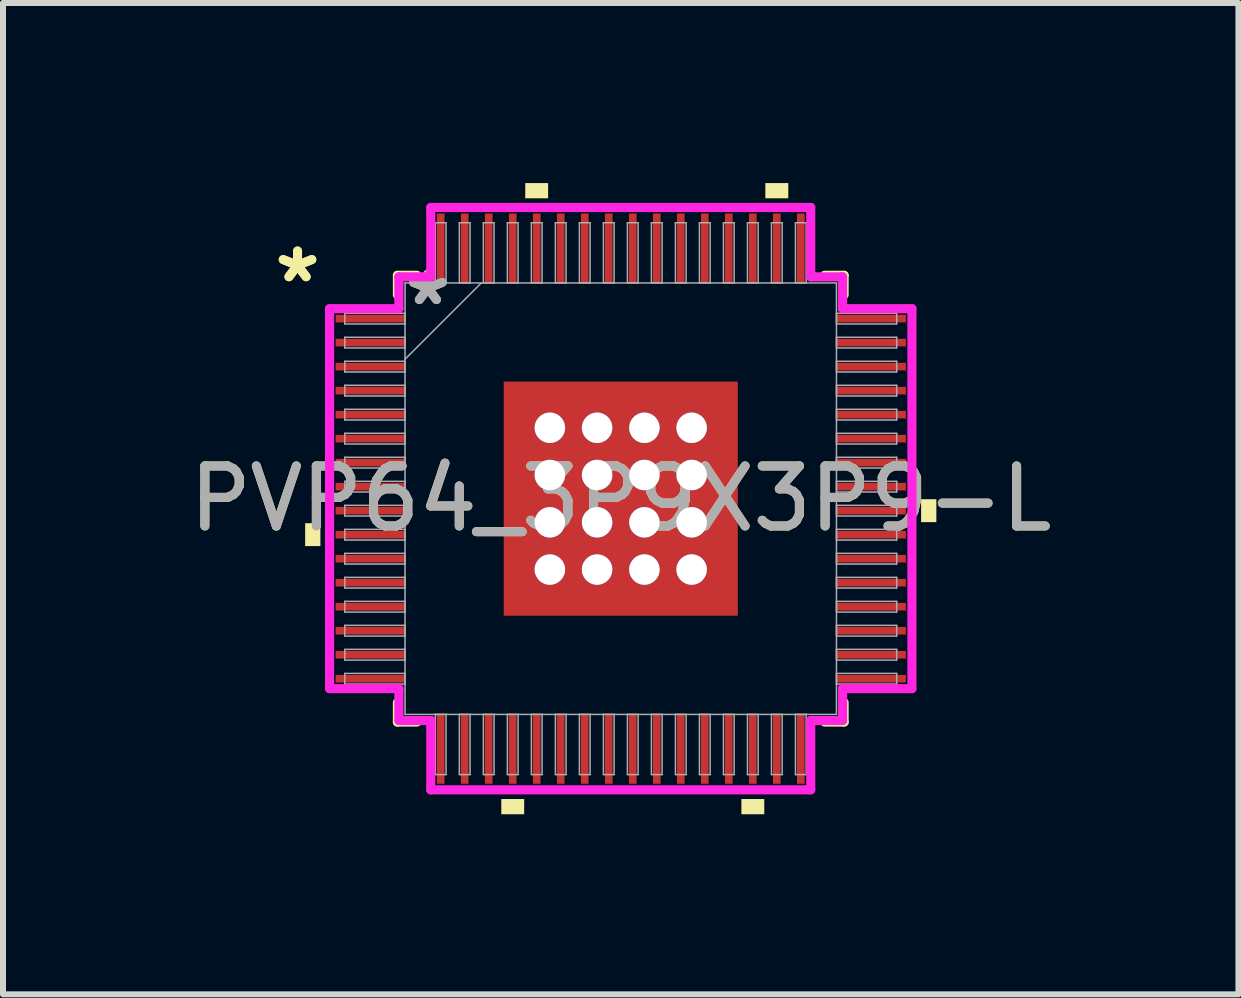
<source format=kicad_pcb>
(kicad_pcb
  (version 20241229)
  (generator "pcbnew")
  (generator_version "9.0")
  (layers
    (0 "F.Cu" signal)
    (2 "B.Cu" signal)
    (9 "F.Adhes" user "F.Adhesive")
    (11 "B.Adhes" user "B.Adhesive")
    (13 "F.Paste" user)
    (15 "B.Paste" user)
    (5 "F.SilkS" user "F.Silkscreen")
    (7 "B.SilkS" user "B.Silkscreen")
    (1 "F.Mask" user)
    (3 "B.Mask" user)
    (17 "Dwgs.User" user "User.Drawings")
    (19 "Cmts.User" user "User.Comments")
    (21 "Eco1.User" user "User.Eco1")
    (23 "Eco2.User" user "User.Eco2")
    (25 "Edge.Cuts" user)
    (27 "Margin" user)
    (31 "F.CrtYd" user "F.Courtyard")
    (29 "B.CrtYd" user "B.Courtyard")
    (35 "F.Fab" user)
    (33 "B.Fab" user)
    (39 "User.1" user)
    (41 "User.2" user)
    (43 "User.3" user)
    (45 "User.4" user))
  (footprint "PVP64_3P9X3P9-L"
    (layer "F.Cu")
    (at 7.292 5.258)
    (property "Reference" "PVP64_3P9X3P9-L" (at 0 0 0) (unlocked yes) (layer "F.SilkS") (effects (font (size 1 1) (thickness 0.15))))
    (attr smd)
    (fp_poly (pts (xy -2.014 -2.014) (xy -1.381 -2.014) (xy -1.381 2.014) (xy -2.014 2.014)) (stroke (width 0) (type solid)) (fill yes) (layer "F.Mask"))
    (fp_poly (pts (xy -2.014 -2.014) (xy 2.014 -2.014) (xy 2.014 -1.381) (xy -2.014 -1.381)) (stroke (width 0) (type solid)) (fill yes) (layer "F.Mask"))
    (fp_poly (pts (xy -2.014 -0.981) (xy 2.014 -0.981) (xy 2.014 -0.594) (xy -2.014 -0.594)) (stroke (width 0) (type solid)) (fill yes) (layer "F.Mask"))
    (fp_poly (pts (xy -2.014 -0.194) (xy 2.014 -0.194) (xy 2.014 0.194) (xy -2.014 0.194)) (stroke (width 0) (type solid)) (fill yes) (layer "F.Mask"))
    (fp_poly (pts (xy -2.014 0.594) (xy 2.014 0.594) (xy 2.014 0.981) (xy -2.014 0.981)) (stroke (width 0) (type solid)) (fill yes) (layer "F.Mask"))
    (fp_poly (pts (xy -2.014 1.381) (xy 2.014 1.381) (xy 2.014 2.014) (xy -2.014 2.014)) (stroke (width 0) (type solid)) (fill yes) (layer "F.Mask"))
    (fp_poly (pts (xy -0.594 -2.014) (xy -0.981 -2.014) (xy -0.981 2.014) (xy -0.594 2.014)) (stroke (width 0) (type solid)) (fill yes) (layer "F.Mask"))
    (fp_poly (pts (xy 0.194 -2.014) (xy -0.194 -2.014) (xy -0.194 2.014) (xy 0.194 2.014)) (stroke (width 0) (type solid)) (fill yes) (layer "F.Mask"))
    (fp_poly (pts (xy 0.981 -2.014) (xy 0.594 -2.014) (xy 0.594 2.014) (xy 0.981 2.014)) (stroke (width 0) (type solid)) (fill yes) (layer "F.Mask"))
    (fp_poly (pts (xy 1.381 -2.014) (xy 2.014 -2.014) (xy 2.014 2.014) (xy 1.381 2.014)) (stroke (width 0) (type solid)) (fill yes) (layer "F.Mask"))
    (fp_line (start -3.721 -3.721) (end -3.721 -3.396) (stroke (width 0.152) (type solid)) (layer "F.SilkS"))
    (fp_line (start -3.721 3.396) (end -3.721 3.721) (stroke (width 0.152) (type solid)) (layer "F.SilkS"))
    (fp_line (start -3.721 3.721) (end -3.396 3.721) (stroke (width 0.152) (type solid)) (layer "F.SilkS"))
    (fp_line (start -3.396 -3.721) (end -3.721 -3.721) (stroke (width 0.152) (type solid)) (layer "F.SilkS"))
    (fp_line (start 3.396 3.721) (end 3.721 3.721) (stroke (width 0.152) (type solid)) (layer "F.SilkS"))
    (fp_line (start 3.721 -3.721) (end 3.396 -3.721) (stroke (width 0.152) (type solid)) (layer "F.SilkS"))
    (fp_line (start 3.721 -3.396) (end 3.721 -3.721) (stroke (width 0.152) (type solid)) (layer "F.SilkS"))
    (fp_line (start 3.721 3.721) (end 3.721 3.396) (stroke (width 0.152) (type solid)) (layer "F.SilkS"))
    (fp_poly (pts (xy -5.258 0.409) (xy -5.258 0.79) (xy -5.004 0.79) (xy -5.004 0.409)) (stroke (width 0) (type solid)) (fill yes) (layer "F.SilkS"))
    (fp_poly (pts (xy -1.99 5.004) (xy -1.99 5.258) (xy -1.609 5.258) (xy -1.609 5.004)) (stroke (width 0) (type solid)) (fill yes) (layer "F.SilkS"))
    (fp_poly (pts (xy -1.591 -5.004) (xy -1.591 -5.258) (xy -1.21 -5.258) (xy -1.21 -5.004)) (stroke (width 0) (type solid)) (fill yes) (layer "F.SilkS"))
    (fp_poly (pts (xy 2.01 5.004) (xy 2.01 5.258) (xy 2.391 5.258) (xy 2.391 5.004)) (stroke (width 0) (type solid)) (fill yes) (layer "F.SilkS"))
    (fp_poly (pts (xy 2.409 -5.004) (xy 2.409 -5.258) (xy 2.791 -5.258) (xy 2.791 -5.004)) (stroke (width 0) (type solid)) (fill yes) (layer "F.SilkS"))
    (fp_poly (pts (xy 5.258 0.009) (xy 5.258 0.391) (xy 5.004 0.391) (xy 5.004 0.009)) (stroke (width 0) (type solid)) (fill yes) (layer "F.SilkS"))
    (fp_poly (pts (xy -1.875 -1.875) (xy -1.875 -1.281) (xy -1.423 -1.281) (xy -1.281 -1.423) (xy -1.281 -1.875)) (stroke (width 0) (type solid)) (fill yes) (layer "F.Paste"))
    (fp_poly (pts (xy -1.875 1.281) (xy -1.875 1.875) (xy -1.281 1.875) (xy -1.281 1.423) (xy -1.423 1.281)) (stroke (width 0) (type solid)) (fill yes) (layer "F.Paste"))
    (fp_poly (pts (xy 1.281 -1.875) (xy 1.281 -1.423) (xy 1.423 -1.281) (xy 1.875 -1.281) (xy 1.875 -1.875)) (stroke (width 0) (type solid)) (fill yes) (layer "F.Paste"))
    (fp_poly (pts (xy 1.423 1.281) (xy 1.281 1.423) (xy 1.281 1.875) (xy 1.875 1.875) (xy 1.875 1.281)) (stroke (width 0) (type solid)) (fill yes) (layer "F.Paste"))
    (fp_poly (pts (xy -1.875 -1.081) (xy -1.875 -0.494) (xy -1.423 -0.494) (xy -1.281 -0.635) (xy -1.281 -0.94) (xy -1.423 -1.081)) (stroke (width 0) (type solid)) (fill yes) (layer "F.Paste"))
    (fp_poly (pts (xy -1.875 -0.294) (xy -1.875 0.294) (xy -1.423 0.294) (xy -1.281 0.152) (xy -1.281 -0.152) (xy -1.423 -0.294)) (stroke (width 0) (type solid)) (fill yes) (layer "F.Paste"))
    (fp_poly (pts (xy -1.875 0.494) (xy -1.875 1.081) (xy -1.423 1.081) (xy -1.281 0.94) (xy -1.281 0.635) (xy -1.423 0.494)) (stroke (width 0) (type solid)) (fill yes) (layer "F.Paste"))
    (fp_poly (pts (xy -1.081 -1.875) (xy -1.081 -1.423) (xy -0.94 -1.281) (xy -0.635 -1.281) (xy -0.494 -1.423) (xy -0.494 -1.875)) (stroke (width 0) (type solid)) (fill yes) (layer "F.Paste"))
    (fp_poly (pts (xy -0.94 1.281) (xy -1.081 1.423) (xy -1.081 1.875) (xy -0.494 1.875) (xy -0.494 1.423) (xy -0.635 1.281)) (stroke (width 0) (type solid)) (fill yes) (layer "F.Paste"))
    (fp_poly (pts (xy -0.294 -1.875) (xy -0.294 -1.423) (xy -0.152 -1.281) (xy 0.152 -1.281) (xy 0.294 -1.423) (xy 0.294 -1.875)) (stroke (width 0) (type solid)) (fill yes) (layer "F.Paste"))
    (fp_poly (pts (xy -0.152 1.281) (xy -0.294 1.423) (xy -0.294 1.875) (xy 0.294 1.875) (xy 0.294 1.423) (xy 0.152 1.281)) (stroke (width 0) (type solid)) (fill yes) (layer "F.Paste"))
    (fp_poly (pts (xy 0.494 -1.875) (xy 0.494 -1.423) (xy 0.635 -1.281) (xy 0.94 -1.281) (xy 1.081 -1.423) (xy 1.081 -1.875)) (stroke (width 0) (type solid)) (fill yes) (layer "F.Paste"))
    (fp_poly (pts (xy 0.635 1.281) (xy 0.494 1.423) (xy 0.494 1.875) (xy 1.081 1.875) (xy 1.081 1.423) (xy 0.94 1.281)) (stroke (width 0) (type solid)) (fill yes) (layer "F.Paste"))
    (fp_poly (pts (xy 1.423 -1.081) (xy 1.281 -0.94) (xy 1.281 -0.635) (xy 1.423 -0.494) (xy 1.875 -0.494) (xy 1.875 -1.081)) (stroke (width 0) (type solid)) (fill yes) (layer "F.Paste"))
    (fp_poly (pts (xy 1.423 -0.294) (xy 1.281 -0.152) (xy 1.281 0.152) (xy 1.423 0.294) (xy 1.875 0.294) (xy 1.875 -0.294)) (stroke (width 0) (type solid)) (fill yes) (layer "F.Paste"))
    (fp_poly (pts (xy 1.423 0.494) (xy 1.281 0.635) (xy 1.281 0.94) (xy 1.423 1.081) (xy 1.875 1.081) (xy 1.875 0.494)) (stroke (width 0) (type solid)) (fill yes) (layer "F.Paste"))
    (fp_poly (pts (xy -0.94 -1.081) (xy -1.081 -0.94) (xy -1.081 -0.635) (xy -0.94 -0.494) (xy -0.635 -0.494) (xy -0.494 -0.635) (xy -0.494 -0.94) (xy -0.635 -1.081)) (stroke (width 0) (type solid)) (fill yes) (layer "F.Paste"))
    (fp_poly (pts (xy -0.94 -0.294) (xy -1.081 -0.152) (xy -1.081 0.152) (xy -0.94 0.294) (xy -0.635 0.294) (xy -0.494 0.152) (xy -0.494 -0.152) (xy -0.635 -0.294)) (stroke (width 0) (type solid)) (fill yes) (layer "F.Paste"))
    (fp_poly (pts (xy -0.94 0.494) (xy -1.081 0.635) (xy -1.081 0.94) (xy -0.94 1.081) (xy -0.635 1.081) (xy -0.494 0.94) (xy -0.494 0.635) (xy -0.635 0.494)) (stroke (width 0) (type solid)) (fill yes) (layer "F.Paste"))
    (fp_poly (pts (xy -0.152 -1.081) (xy -0.294 -0.94) (xy -0.294 -0.635) (xy -0.152 -0.494) (xy 0.152 -0.494) (xy 0.294 -0.635) (xy 0.294 -0.94) (xy 0.152 -1.081)) (stroke (width 0) (type solid)) (fill yes) (layer "F.Paste"))
    (fp_poly (pts (xy -0.152 -0.294) (xy -0.294 -0.152) (xy -0.294 0.152) (xy -0.152 0.294) (xy 0.152 0.294) (xy 0.294 0.152) (xy 0.294 -0.152) (xy 0.152 -0.294)) (stroke (width 0) (type solid)) (fill yes) (layer "F.Paste"))
    (fp_poly (pts (xy -0.152 0.494) (xy -0.294 0.635) (xy -0.294 0.94) (xy -0.152 1.081) (xy 0.152 1.081) (xy 0.294 0.94) (xy 0.294 0.635) (xy 0.152 0.494)) (stroke (width 0) (type solid)) (fill yes) (layer "F.Paste"))
    (fp_poly (pts (xy 0.635 -1.081) (xy 0.494 -0.94) (xy 0.494 -0.635) (xy 0.635 -0.494) (xy 0.94 -0.494) (xy 1.081 -0.635) (xy 1.081 -0.94) (xy 0.94 -1.081)) (stroke (width 0) (type solid)) (fill yes) (layer "F.Paste"))
    (fp_poly (pts (xy 0.635 -0.294) (xy 0.494 -0.152) (xy 0.494 0.152) (xy 0.635 0.294) (xy 0.94 0.294) (xy 1.081 0.152) (xy 1.081 -0.152) (xy 0.94 -0.294)) (stroke (width 0) (type solid)) (fill yes) (layer "F.Paste"))
    (fp_poly (pts (xy 0.635 0.494) (xy 0.494 0.635) (xy 0.494 0.94) (xy 0.635 1.081) (xy 0.94 1.081) (xy 1.081 0.94) (xy 1.081 0.635) (xy 0.94 0.494)) (stroke (width 0) (type solid)) (fill yes) (layer "F.Paste"))
    (fp_line (start -4.851 -3.165) (end -3.696 -3.165) (stroke (width 0.152) (type solid)) (layer "F.CrtYd"))
    (fp_line (start -4.851 3.165) (end -4.851 -3.165) (stroke (width 0.152) (type solid)) (layer "F.CrtYd"))
    (fp_line (start -3.696 -3.696) (end -3.165 -3.696) (stroke (width 0.152) (type solid)) (layer "F.CrtYd"))
    (fp_line (start -3.696 -3.165) (end -3.696 -3.696) (stroke (width 0.152) (type solid)) (layer "F.CrtYd"))
    (fp_line (start -3.696 3.165) (end -4.851 3.165) (stroke (width 0.152) (type solid)) (layer "F.CrtYd"))
    (fp_line (start -3.696 3.696) (end -3.696 3.165) (stroke (width 0.152) (type solid)) (layer "F.CrtYd"))
    (fp_line (start -3.696 3.696) (end -3.165 3.696) (stroke (width 0.152) (type solid)) (layer "F.CrtYd"))
    (fp_line (start -3.165 -4.851) (end 3.165 -4.851) (stroke (width 0.152) (type solid)) (layer "F.CrtYd"))
    (fp_line (start -3.165 -3.696) (end -3.165 -4.851) (stroke (width 0.152) (type solid)) (layer "F.CrtYd"))
    (fp_line (start -3.165 3.696) (end -3.165 4.851) (stroke (width 0.152) (type solid)) (layer "F.CrtYd"))
    (fp_line (start -3.165 4.851) (end 3.165 4.851) (stroke (width 0.152) (type solid)) (layer "F.CrtYd"))
    (fp_line (start 3.165 -4.851) (end 3.165 -3.696) (stroke (width 0.152) (type solid)) (layer "F.CrtYd"))
    (fp_line (start 3.165 -3.696) (end 3.696 -3.696) (stroke (width 0.152) (type solid)) (layer "F.CrtYd"))
    (fp_line (start 3.165 3.696) (end 3.696 3.696) (stroke (width 0.152) (type solid)) (layer "F.CrtYd"))
    (fp_line (start 3.165 4.851) (end 3.165 3.696) (stroke (width 0.152) (type solid)) (layer "F.CrtYd"))
    (fp_line (start 3.696 -3.165) (end 3.696 -3.696) (stroke (width 0.152) (type solid)) (layer "F.CrtYd"))
    (fp_line (start 3.696 3.165) (end 4.851 3.165) (stroke (width 0.152) (type solid)) (layer "F.CrtYd"))
    (fp_line (start 3.696 3.696) (end 3.696 3.165) (stroke (width 0.152) (type solid)) (layer "F.CrtYd"))
    (fp_line (start 4.851 -3.165) (end 3.696 -3.165) (stroke (width 0.152) (type solid)) (layer "F.CrtYd"))
    (fp_line (start 4.851 3.165) (end 4.851 -3.165) (stroke (width 0.152) (type solid)) (layer "F.CrtYd"))
    (fp_line (start -4.597 -3.089) (end -4.597 -2.911) (stroke (width 0.025) (type solid)) (layer "F.Fab"))
    (fp_line (start -4.597 -2.911) (end -3.594 -2.911) (stroke (width 0.025) (type solid)) (layer "F.Fab"))
    (fp_line (start -4.597 -2.689) (end -4.597 -2.511) (stroke (width 0.025) (type solid)) (layer "F.Fab"))
    (fp_line (start -4.597 -2.511) (end -3.594 -2.511) (stroke (width 0.025) (type solid)) (layer "F.Fab"))
    (fp_line (start -4.597 -2.289) (end -4.597 -2.111) (stroke (width 0.025) (type solid)) (layer "F.Fab"))
    (fp_line (start -4.597 -2.111) (end -3.594 -2.111) (stroke (width 0.025) (type solid)) (layer "F.Fab"))
    (fp_line (start -4.597 -1.889) (end -4.597 -1.711) (stroke (width 0.025) (type solid)) (layer "F.Fab"))
    (fp_line (start -4.597 -1.711) (end -3.594 -1.711) (stroke (width 0.025) (type solid)) (layer "F.Fab"))
    (fp_line (start -4.597 -1.489) (end -4.597 -1.311) (stroke (width 0.025) (type solid)) (layer "F.Fab"))
    (fp_line (start -4.597 -1.311) (end -3.594 -1.311) (stroke (width 0.025) (type solid)) (layer "F.Fab"))
    (fp_line (start -4.597 -1.089) (end -4.597 -0.911) (stroke (width 0.025) (type solid)) (layer "F.Fab"))
    (fp_line (start -4.597 -0.911) (end -3.594 -0.911) (stroke (width 0.025) (type solid)) (layer "F.Fab"))
    (fp_line (start -4.597 -0.689) (end -4.597 -0.511) (stroke (width 0.025) (type solid)) (layer "F.Fab"))
    (fp_line (start -4.597 -0.511) (end -3.594 -0.511) (stroke (width 0.025) (type solid)) (layer "F.Fab"))
    (fp_line (start -4.597 -0.289) (end -4.597 -0.111) (stroke (width 0.025) (type solid)) (layer "F.Fab"))
    (fp_line (start -4.597 -0.111) (end -3.594 -0.111) (stroke (width 0.025) (type solid)) (layer "F.Fab"))
    (fp_line (start -4.597 0.111) (end -4.597 0.289) (stroke (width 0.025) (type solid)) (layer "F.Fab"))
    (fp_line (start -4.597 0.289) (end -3.594 0.289) (stroke (width 0.025) (type solid)) (layer "F.Fab"))
    (fp_line (start -4.597 0.511) (end -4.597 0.689) (stroke (width 0.025) (type solid)) (layer "F.Fab"))
    (fp_line (start -4.597 0.689) (end -3.594 0.689) (stroke (width 0.025) (type solid)) (layer "F.Fab"))
    (fp_line (start -4.597 0.911) (end -4.597 1.089) (stroke (width 0.025) (type solid)) (layer "F.Fab"))
    (fp_line (start -4.597 1.089) (end -3.594 1.089) (stroke (width 0.025) (type solid)) (layer "F.Fab"))
    (fp_line (start -4.597 1.311) (end -4.597 1.489) (stroke (width 0.025) (type solid)) (layer "F.Fab"))
    (fp_line (start -4.597 1.489) (end -3.594 1.489) (stroke (width 0.025) (type solid)) (layer "F.Fab"))
    (fp_line (start -4.597 1.711) (end -4.597 1.889) (stroke (width 0.025) (type solid)) (layer "F.Fab"))
    (fp_line (start -4.597 1.889) (end -3.594 1.889) (stroke (width 0.025) (type solid)) (layer "F.Fab"))
    (fp_line (start -4.597 2.111) (end -4.597 2.289) (stroke (width 0.025) (type solid)) (layer "F.Fab"))
    (fp_line (start -4.597 2.289) (end -3.594 2.289) (stroke (width 0.025) (type solid)) (layer "F.Fab"))
    (fp_line (start -4.597 2.511) (end -4.597 2.689) (stroke (width 0.025) (type solid)) (layer "F.Fab"))
    (fp_line (start -4.597 2.689) (end -3.594 2.689) (stroke (width 0.025) (type solid)) (layer "F.Fab"))
    (fp_line (start -4.597 2.911) (end -4.597 3.089) (stroke (width 0.025) (type solid)) (layer "F.Fab"))
    (fp_line (start -4.597 3.089) (end -3.594 3.089) (stroke (width 0.025) (type solid)) (layer "F.Fab"))
    (fp_line (start -3.594 -3.594) (end -3.594 3.594) (stroke (width 0.025) (type solid)) (layer "F.Fab"))
    (fp_line (start -3.594 -3.089) (end -4.597 -3.089) (stroke (width 0.025) (type solid)) (layer "F.Fab"))
    (fp_line (start -3.594 -2.911) (end -3.594 -3.089) (stroke (width 0.025) (type solid)) (layer "F.Fab"))
    (fp_line (start -3.594 -2.689) (end -4.597 -2.689) (stroke (width 0.025) (type solid)) (layer "F.Fab"))
    (fp_line (start -3.594 -2.511) (end -3.594 -2.689) (stroke (width 0.025) (type solid)) (layer "F.Fab"))
    (fp_line (start -3.594 -2.324) (end -2.324 -3.594) (stroke (width 0.025) (type solid)) (layer "F.Fab"))
    (fp_line (start -3.594 -2.289) (end -4.597 -2.289) (stroke (width 0.025) (type solid)) (layer "F.Fab"))
    (fp_line (start -3.594 -2.111) (end -3.594 -2.289) (stroke (width 0.025) (type solid)) (layer "F.Fab"))
    (fp_line (start -3.594 -1.889) (end -4.597 -1.889) (stroke (width 0.025) (type solid)) (layer "F.Fab"))
    (fp_line (start -3.594 -1.711) (end -3.594 -1.889) (stroke (width 0.025) (type solid)) (layer "F.Fab"))
    (fp_line (start -3.594 -1.489) (end -4.597 -1.489) (stroke (width 0.025) (type solid)) (layer "F.Fab"))
    (fp_line (start -3.594 -1.311) (end -3.594 -1.489) (stroke (width 0.025) (type solid)) (layer "F.Fab"))
    (fp_line (start -3.594 -1.089) (end -4.597 -1.089) (stroke (width 0.025) (type solid)) (layer "F.Fab"))
    (fp_line (start -3.594 -0.911) (end -3.594 -1.089) (stroke (width 0.025) (type solid)) (layer "F.Fab"))
    (fp_line (start -3.594 -0.689) (end -4.597 -0.689) (stroke (width 0.025) (type solid)) (layer "F.Fab"))
    (fp_line (start -3.594 -0.511) (end -3.594 -0.689) (stroke (width 0.025) (type solid)) (layer "F.Fab"))
    (fp_line (start -3.594 -0.289) (end -4.597 -0.289) (stroke (width 0.025) (type solid)) (layer "F.Fab"))
    (fp_line (start -3.594 -0.111) (end -3.594 -0.289) (stroke (width 0.025) (type solid)) (layer "F.Fab"))
    (fp_line (start -3.594 0.111) (end -4.597 0.111) (stroke (width 0.025) (type solid)) (layer "F.Fab"))
    (fp_line (start -3.594 0.289) (end -3.594 0.111) (stroke (width 0.025) (type solid)) (layer "F.Fab"))
    (fp_line (start -3.594 0.511) (end -4.597 0.511) (stroke (width 0.025) (type solid)) (layer "F.Fab"))
    (fp_line (start -3.594 0.689) (end -3.594 0.511) (stroke (width 0.025) (type solid)) (layer "F.Fab"))
    (fp_line (start -3.594 0.911) (end -4.597 0.911) (stroke (width 0.025) (type solid)) (layer "F.Fab"))
    (fp_line (start -3.594 1.089) (end -3.594 0.911) (stroke (width 0.025) (type solid)) (layer "F.Fab"))
    (fp_line (start -3.594 1.311) (end -4.597 1.311) (stroke (width 0.025) (type solid)) (layer "F.Fab"))
    (fp_line (start -3.594 1.489) (end -3.594 1.311) (stroke (width 0.025) (type solid)) (layer "F.Fab"))
    (fp_line (start -3.594 1.711) (end -4.597 1.711) (stroke (width 0.025) (type solid)) (layer "F.Fab"))
    (fp_line (start -3.594 1.889) (end -3.594 1.711) (stroke (width 0.025) (type solid)) (layer "F.Fab"))
    (fp_line (start -3.594 2.111) (end -4.597 2.111) (stroke (width 0.025) (type solid)) (layer "F.Fab"))
    (fp_line (start -3.594 2.289) (end -3.594 2.111) (stroke (width 0.025) (type solid)) (layer "F.Fab"))
    (fp_line (start -3.594 2.511) (end -4.597 2.511) (stroke (width 0.025) (type solid)) (layer "F.Fab"))
    (fp_line (start -3.594 2.689) (end -3.594 2.511) (stroke (width 0.025) (type solid)) (layer "F.Fab"))
    (fp_line (start -3.594 2.911) (end -4.597 2.911) (stroke (width 0.025) (type solid)) (layer "F.Fab"))
    (fp_line (start -3.594 3.089) (end -3.594 2.911) (stroke (width 0.025) (type solid)) (layer "F.Fab"))
    (fp_line (start -3.594 3.594) (end 3.594 3.594) (stroke (width 0.025) (type solid)) (layer "F.Fab"))
    (fp_line (start -3.089 -4.597) (end -3.089 -3.594) (stroke (width 0.025) (type solid)) (layer "F.Fab"))
    (fp_line (start -3.089 -3.594) (end -2.911 -3.594) (stroke (width 0.025) (type solid)) (layer "F.Fab"))
    (fp_line (start -3.089 3.594) (end -3.089 4.597) (stroke (width 0.025) (type solid)) (layer "F.Fab"))
    (fp_line (start -3.089 4.597) (end -2.911 4.597) (stroke (width 0.025) (type solid)) (layer "F.Fab"))
    (fp_line (start -2.911 -4.597) (end -3.089 -4.597) (stroke (width 0.025) (type solid)) (layer "F.Fab"))
    (fp_line (start -2.911 -3.594) (end -2.911 -4.597) (stroke (width 0.025) (type solid)) (layer "F.Fab"))
    (fp_line (start -2.911 3.594) (end -3.089 3.594) (stroke (width 0.025) (type solid)) (layer "F.Fab"))
    (fp_line (start -2.911 4.597) (end -2.911 3.594) (stroke (width 0.025) (type solid)) (layer "F.Fab"))
    (fp_line (start -2.689 -4.597) (end -2.689 -3.594) (stroke (width 0.025) (type solid)) (layer "F.Fab"))
    (fp_line (start -2.689 -3.594) (end -2.511 -3.594) (stroke (width 0.025) (type solid)) (layer "F.Fab"))
    (fp_line (start -2.689 3.594) (end -2.689 4.597) (stroke (width 0.025) (type solid)) (layer "F.Fab"))
    (fp_line (start -2.689 4.597) (end -2.511 4.597) (stroke (width 0.025) (type solid)) (layer "F.Fab"))
    (fp_line (start -2.511 -4.597) (end -2.689 -4.597) (stroke (width 0.025) (type solid)) (layer "F.Fab"))
    (fp_line (start -2.511 -3.594) (end -2.511 -4.597) (stroke (width 0.025) (type solid)) (layer "F.Fab"))
    (fp_line (start -2.511 3.594) (end -2.689 3.594) (stroke (width 0.025) (type solid)) (layer "F.Fab"))
    (fp_line (start -2.511 4.597) (end -2.511 3.594) (stroke (width 0.025) (type solid)) (layer "F.Fab"))
    (fp_line (start -2.289 -4.597) (end -2.289 -3.594) (stroke (width 0.025) (type solid)) (layer "F.Fab"))
    (fp_line (start -2.289 -3.594) (end -2.111 -3.594) (stroke (width 0.025) (type solid)) (layer "F.Fab"))
    (fp_line (start -2.289 3.594) (end -2.289 4.597) (stroke (width 0.025) (type solid)) (layer "F.Fab"))
    (fp_line (start -2.289 4.597) (end -2.111 4.597) (stroke (width 0.025) (type solid)) (layer "F.Fab"))
    (fp_line (start -2.111 -4.597) (end -2.289 -4.597) (stroke (width 0.025) (type solid)) (layer "F.Fab"))
    (fp_line (start -2.111 -3.594) (end -2.111 -4.597) (stroke (width 0.025) (type solid)) (layer "F.Fab"))
    (fp_line (start -2.111 3.594) (end -2.289 3.594) (stroke (width 0.025) (type solid)) (layer "F.Fab"))
    (fp_line (start -2.111 4.597) (end -2.111 3.594) (stroke (width 0.025) (type solid)) (layer "F.Fab"))
    (fp_line (start -1.889 -4.597) (end -1.889 -3.594) (stroke (width 0.025) (type solid)) (layer "F.Fab"))
    (fp_line (start -1.889 -3.594) (end -1.711 -3.594) (stroke (width 0.025) (type solid)) (layer "F.Fab"))
    (fp_line (start -1.889 3.594) (end -1.889 4.597) (stroke (width 0.025) (type solid)) (layer "F.Fab"))
    (fp_line (start -1.889 4.597) (end -1.711 4.597) (stroke (width 0.025) (type solid)) (layer "F.Fab"))
    (fp_line (start -1.711 -4.597) (end -1.889 -4.597) (stroke (width 0.025) (type solid)) (layer "F.Fab"))
    (fp_line (start -1.711 -3.594) (end -1.711 -4.597) (stroke (width 0.025) (type solid)) (layer "F.Fab"))
    (fp_line (start -1.711 3.594) (end -1.889 3.594) (stroke (width 0.025) (type solid)) (layer "F.Fab"))
    (fp_line (start -1.711 4.597) (end -1.711 3.594) (stroke (width 0.025) (type solid)) (layer "F.Fab"))
    (fp_line (start -1.489 -4.597) (end -1.489 -3.594) (stroke (width 0.025) (type solid)) (layer "F.Fab"))
    (fp_line (start -1.489 -3.594) (end -1.311 -3.594) (stroke (width 0.025) (type solid)) (layer "F.Fab"))
    (fp_line (start -1.489 3.594) (end -1.489 4.597) (stroke (width 0.025) (type solid)) (layer "F.Fab"))
    (fp_line (start -1.489 4.597) (end -1.311 4.597) (stroke (width 0.025) (type solid)) (layer "F.Fab"))
    (fp_line (start -1.311 -4.597) (end -1.489 -4.597) (stroke (width 0.025) (type solid)) (layer "F.Fab"))
    (fp_line (start -1.311 -3.594) (end -1.311 -4.597) (stroke (width 0.025) (type solid)) (layer "F.Fab"))
    (fp_line (start -1.311 3.594) (end -1.489 3.594) (stroke (width 0.025) (type solid)) (layer "F.Fab"))
    (fp_line (start -1.311 4.597) (end -1.311 3.594) (stroke (width 0.025) (type solid)) (layer "F.Fab"))
    (fp_line (start -1.089 -4.597) (end -1.089 -3.594) (stroke (width 0.025) (type solid)) (layer "F.Fab"))
    (fp_line (start -1.089 -3.594) (end -0.911 -3.594) (stroke (width 0.025) (type solid)) (layer "F.Fab"))
    (fp_line (start -1.089 3.594) (end -1.089 4.597) (stroke (width 0.025) (type solid)) (layer "F.Fab"))
    (fp_line (start -1.089 4.597) (end -0.911 4.597) (stroke (width 0.025) (type solid)) (layer "F.Fab"))
    (fp_line (start -0.911 -4.597) (end -1.089 -4.597) (stroke (width 0.025) (type solid)) (layer "F.Fab"))
    (fp_line (start -0.911 -3.594) (end -0.911 -4.597) (stroke (width 0.025) (type solid)) (layer "F.Fab"))
    (fp_line (start -0.911 3.594) (end -1.089 3.594) (stroke (width 0.025) (type solid)) (layer "F.Fab"))
    (fp_line (start -0.911 4.597) (end -0.911 3.594) (stroke (width 0.025) (type solid)) (layer "F.Fab"))
    (fp_line (start -0.689 -4.597) (end -0.689 -3.594) (stroke (width 0.025) (type solid)) (layer "F.Fab"))
    (fp_line (start -0.689 -3.594) (end -0.511 -3.594) (stroke (width 0.025) (type solid)) (layer "F.Fab"))
    (fp_line (start -0.689 3.594) (end -0.689 4.597) (stroke (width 0.025) (type solid)) (layer "F.Fab"))
    (fp_line (start -0.689 4.597) (end -0.511 4.597) (stroke (width 0.025) (type solid)) (layer "F.Fab"))
    (fp_line (start -0.511 -4.597) (end -0.689 -4.597) (stroke (width 0.025) (type solid)) (layer "F.Fab"))
    (fp_line (start -0.511 -3.594) (end -0.511 -4.597) (stroke (width 0.025) (type solid)) (layer "F.Fab"))
    (fp_line (start -0.511 3.594) (end -0.689 3.594) (stroke (width 0.025) (type solid)) (layer "F.Fab"))
    (fp_line (start -0.511 4.597) (end -0.511 3.594) (stroke (width 0.025) (type solid)) (layer "F.Fab"))
    (fp_line (start -0.289 -4.597) (end -0.289 -3.594) (stroke (width 0.025) (type solid)) (layer "F.Fab"))
    (fp_line (start -0.289 -3.594) (end -0.111 -3.594) (stroke (width 0.025) (type solid)) (layer "F.Fab"))
    (fp_line (start -0.289 3.594) (end -0.289 4.597) (stroke (width 0.025) (type solid)) (layer "F.Fab"))
    (fp_line (start -0.289 4.597) (end -0.111 4.597) (stroke (width 0.025) (type solid)) (layer "F.Fab"))
    (fp_line (start -0.111 -4.597) (end -0.289 -4.597) (stroke (width 0.025) (type solid)) (layer "F.Fab"))
    (fp_line (start -0.111 -3.594) (end -0.111 -4.597) (stroke (width 0.025) (type solid)) (layer "F.Fab"))
    (fp_line (start -0.111 3.594) (end -0.289 3.594) (stroke (width 0.025) (type solid)) (layer "F.Fab"))
    (fp_line (start -0.111 4.597) (end -0.111 3.594) (stroke (width 0.025) (type solid)) (layer "F.Fab"))
    (fp_line (start 0.111 -4.597) (end 0.111 -3.594) (stroke (width 0.025) (type solid)) (layer "F.Fab"))
    (fp_line (start 0.111 -3.594) (end 0.289 -3.594) (stroke (width 0.025) (type solid)) (layer "F.Fab"))
    (fp_line (start 0.111 3.594) (end 0.111 4.597) (stroke (width 0.025) (type solid)) (layer "F.Fab"))
    (fp_line (start 0.111 4.597) (end 0.289 4.597) (stroke (width 0.025) (type solid)) (layer "F.Fab"))
    (fp_line (start 0.289 -4.597) (end 0.111 -4.597) (stroke (width 0.025) (type solid)) (layer "F.Fab"))
    (fp_line (start 0.289 -3.594) (end 0.289 -4.597) (stroke (width 0.025) (type solid)) (layer "F.Fab"))
    (fp_line (start 0.289 3.594) (end 0.111 3.594) (stroke (width 0.025) (type solid)) (layer "F.Fab"))
    (fp_line (start 0.289 4.597) (end 0.289 3.594) (stroke (width 0.025) (type solid)) (layer "F.Fab"))
    (fp_line (start 0.511 -4.597) (end 0.511 -3.594) (stroke (width 0.025) (type solid)) (layer "F.Fab"))
    (fp_line (start 0.511 -3.594) (end 0.689 -3.594) (stroke (width 0.025) (type solid)) (layer "F.Fab"))
    (fp_line (start 0.511 3.594) (end 0.511 4.597) (stroke (width 0.025) (type solid)) (layer "F.Fab"))
    (fp_line (start 0.511 4.597) (end 0.689 4.597) (stroke (width 0.025) (type solid)) (layer "F.Fab"))
    (fp_line (start 0.689 -4.597) (end 0.511 -4.597) (stroke (width 0.025) (type solid)) (layer "F.Fab"))
    (fp_line (start 0.689 -3.594) (end 0.689 -4.597) (stroke (width 0.025) (type solid)) (layer "F.Fab"))
    (fp_line (start 0.689 3.594) (end 0.511 3.594) (stroke (width 0.025) (type solid)) (layer "F.Fab"))
    (fp_line (start 0.689 4.597) (end 0.689 3.594) (stroke (width 0.025) (type solid)) (layer "F.Fab"))
    (fp_line (start 0.911 -4.597) (end 0.911 -3.594) (stroke (width 0.025) (type solid)) (layer "F.Fab"))
    (fp_line (start 0.911 -3.594) (end 1.089 -3.594) (stroke (width 0.025) (type solid)) (layer "F.Fab"))
    (fp_line (start 0.911 3.594) (end 0.911 4.597) (stroke (width 0.025) (type solid)) (layer "F.Fab"))
    (fp_line (start 0.911 4.597) (end 1.089 4.597) (stroke (width 0.025) (type solid)) (layer "F.Fab"))
    (fp_line (start 1.089 -4.597) (end 0.911 -4.597) (stroke (width 0.025) (type solid)) (layer "F.Fab"))
    (fp_line (start 1.089 -3.594) (end 1.089 -4.597) (stroke (width 0.025) (type solid)) (layer "F.Fab"))
    (fp_line (start 1.089 3.594) (end 0.911 3.594) (stroke (width 0.025) (type solid)) (layer "F.Fab"))
    (fp_line (start 1.089 4.597) (end 1.089 3.594) (stroke (width 0.025) (type solid)) (layer "F.Fab"))
    (fp_line (start 1.311 -4.597) (end 1.311 -3.594) (stroke (width 0.025) (type solid)) (layer "F.Fab"))
    (fp_line (start 1.311 -3.594) (end 1.489 -3.594) (stroke (width 0.025) (type solid)) (layer "F.Fab"))
    (fp_line (start 1.311 3.594) (end 1.311 4.597) (stroke (width 0.025) (type solid)) (layer "F.Fab"))
    (fp_line (start 1.311 4.597) (end 1.489 4.597) (stroke (width 0.025) (type solid)) (layer "F.Fab"))
    (fp_line (start 1.489 -4.597) (end 1.311 -4.597) (stroke (width 0.025) (type solid)) (layer "F.Fab"))
    (fp_line (start 1.489 -3.594) (end 1.489 -4.597) (stroke (width 0.025) (type solid)) (layer "F.Fab"))
    (fp_line (start 1.489 3.594) (end 1.311 3.594) (stroke (width 0.025) (type solid)) (layer "F.Fab"))
    (fp_line (start 1.489 4.597) (end 1.489 3.594) (stroke (width 0.025) (type solid)) (layer "F.Fab"))
    (fp_line (start 1.711 -4.597) (end 1.711 -3.594) (stroke (width 0.025) (type solid)) (layer "F.Fab"))
    (fp_line (start 1.711 -3.594) (end 1.889 -3.594) (stroke (width 0.025) (type solid)) (layer "F.Fab"))
    (fp_line (start 1.711 3.594) (end 1.711 4.597) (stroke (width 0.025) (type solid)) (layer "F.Fab"))
    (fp_line (start 1.711 4.597) (end 1.889 4.597) (stroke (width 0.025) (type solid)) (layer "F.Fab"))
    (fp_line (start 1.889 -4.597) (end 1.711 -4.597) (stroke (width 0.025) (type solid)) (layer "F.Fab"))
    (fp_line (start 1.889 -3.594) (end 1.889 -4.597) (stroke (width 0.025) (type solid)) (layer "F.Fab"))
    (fp_line (start 1.889 3.594) (end 1.711 3.594) (stroke (width 0.025) (type solid)) (layer "F.Fab"))
    (fp_line (start 1.889 4.597) (end 1.889 3.594) (stroke (width 0.025) (type solid)) (layer "F.Fab"))
    (fp_line (start 2.111 -4.597) (end 2.111 -3.594) (stroke (width 0.025) (type solid)) (layer "F.Fab"))
    (fp_line (start 2.111 -3.594) (end 2.289 -3.594) (stroke (width 0.025) (type solid)) (layer "F.Fab"))
    (fp_line (start 2.111 3.594) (end 2.111 4.597) (stroke (width 0.025) (type solid)) (layer "F.Fab"))
    (fp_line (start 2.111 4.597) (end 2.289 4.597) (stroke (width 0.025) (type solid)) (layer "F.Fab"))
    (fp_line (start 2.289 -4.597) (end 2.111 -4.597) (stroke (width 0.025) (type solid)) (layer "F.Fab"))
    (fp_line (start 2.289 -3.594) (end 2.289 -4.597) (stroke (width 0.025) (type solid)) (layer "F.Fab"))
    (fp_line (start 2.289 3.594) (end 2.111 3.594) (stroke (width 0.025) (type solid)) (layer "F.Fab"))
    (fp_line (start 2.289 4.597) (end 2.289 3.594) (stroke (width 0.025) (type solid)) (layer "F.Fab"))
    (fp_line (start 2.511 -4.597) (end 2.511 -3.594) (stroke (width 0.025) (type solid)) (layer "F.Fab"))
    (fp_line (start 2.511 -3.594) (end 2.689 -3.594) (stroke (width 0.025) (type solid)) (layer "F.Fab"))
    (fp_line (start 2.511 3.594) (end 2.511 4.597) (stroke (width 0.025) (type solid)) (layer "F.Fab"))
    (fp_line (start 2.511 4.597) (end 2.689 4.597) (stroke (width 0.025) (type solid)) (layer "F.Fab"))
    (fp_line (start 2.689 -4.597) (end 2.511 -4.597) (stroke (width 0.025) (type solid)) (layer "F.Fab"))
    (fp_line (start 2.689 -3.594) (end 2.689 -4.597) (stroke (width 0.025) (type solid)) (layer "F.Fab"))
    (fp_line (start 2.689 3.594) (end 2.511 3.594) (stroke (width 0.025) (type solid)) (layer "F.Fab"))
    (fp_line (start 2.689 4.597) (end 2.689 3.594) (stroke (width 0.025) (type solid)) (layer "F.Fab"))
    (fp_line (start 2.911 -4.597) (end 2.911 -3.594) (stroke (width 0.025) (type solid)) (layer "F.Fab"))
    (fp_line (start 2.911 -3.594) (end 3.089 -3.594) (stroke (width 0.025) (type solid)) (layer "F.Fab"))
    (fp_line (start 2.911 3.594) (end 2.911 4.597) (stroke (width 0.025) (type solid)) (layer "F.Fab"))
    (fp_line (start 2.911 4.597) (end 3.089 4.597) (stroke (width 0.025) (type solid)) (layer "F.Fab"))
    (fp_line (start 3.089 -4.597) (end 2.911 -4.597) (stroke (width 0.025) (type solid)) (layer "F.Fab"))
    (fp_line (start 3.089 -3.594) (end 3.089 -4.597) (stroke (width 0.025) (type solid)) (layer "F.Fab"))
    (fp_line (start 3.089 3.594) (end 2.911 3.594) (stroke (width 0.025) (type solid)) (layer "F.Fab"))
    (fp_line (start 3.089 4.597) (end 3.089 3.594) (stroke (width 0.025) (type solid)) (layer "F.Fab"))
    (fp_line (start 3.594 -3.594) (end -3.594 -3.594) (stroke (width 0.025) (type solid)) (layer "F.Fab"))
    (fp_line (start 3.594 -3.089) (end 3.594 -2.911) (stroke (width 0.025) (type solid)) (layer "F.Fab"))
    (fp_line (start 3.594 -2.911) (end 4.597 -2.911) (stroke (width 0.025) (type solid)) (layer "F.Fab"))
    (fp_line (start 3.594 -2.689) (end 3.594 -2.511) (stroke (width 0.025) (type solid)) (layer "F.Fab"))
    (fp_line (start 3.594 -2.511) (end 4.597 -2.511) (stroke (width 0.025) (type solid)) (layer "F.Fab"))
    (fp_line (start 3.594 -2.289) (end 3.594 -2.111) (stroke (width 0.025) (type solid)) (layer "F.Fab"))
    (fp_line (start 3.594 -2.111) (end 4.597 -2.111) (stroke (width 0.025) (type solid)) (layer "F.Fab"))
    (fp_line (start 3.594 -1.889) (end 3.594 -1.711) (stroke (width 0.025) (type solid)) (layer "F.Fab"))
    (fp_line (start 3.594 -1.711) (end 4.597 -1.711) (stroke (width 0.025) (type solid)) (layer "F.Fab"))
    (fp_line (start 3.594 -1.489) (end 3.594 -1.311) (stroke (width 0.025) (type solid)) (layer "F.Fab"))
    (fp_line (start 3.594 -1.311) (end 4.597 -1.311) (stroke (width 0.025) (type solid)) (layer "F.Fab"))
    (fp_line (start 3.594 -1.089) (end 3.594 -0.911) (stroke (width 0.025) (type solid)) (layer "F.Fab"))
    (fp_line (start 3.594 -0.911) (end 4.597 -0.911) (stroke (width 0.025) (type solid)) (layer "F.Fab"))
    (fp_line (start 3.594 -0.689) (end 3.594 -0.511) (stroke (width 0.025) (type solid)) (layer "F.Fab"))
    (fp_line (start 3.594 -0.511) (end 4.597 -0.511) (stroke (width 0.025) (type solid)) (layer "F.Fab"))
    (fp_line (start 3.594 -0.289) (end 3.594 -0.111) (stroke (width 0.025) (type solid)) (layer "F.Fab"))
    (fp_line (start 3.594 -0.111) (end 4.597 -0.111) (stroke (width 0.025) (type solid)) (layer "F.Fab"))
    (fp_line (start 3.594 0.111) (end 3.594 0.289) (stroke (width 0.025) (type solid)) (layer "F.Fab"))
    (fp_line (start 3.594 0.289) (end 4.597 0.289) (stroke (width 0.025) (type solid)) (layer "F.Fab"))
    (fp_line (start 3.594 0.511) (end 3.594 0.689) (stroke (width 0.025) (type solid)) (layer "F.Fab"))
    (fp_line (start 3.594 0.689) (end 4.597 0.689) (stroke (width 0.025) (type solid)) (layer "F.Fab"))
    (fp_line (start 3.594 0.911) (end 3.594 1.089) (stroke (width 0.025) (type solid)) (layer "F.Fab"))
    (fp_line (start 3.594 1.089) (end 4.597 1.089) (stroke (width 0.025) (type solid)) (layer "F.Fab"))
    (fp_line (start 3.594 1.311) (end 3.594 1.489) (stroke (width 0.025) (type solid)) (layer "F.Fab"))
    (fp_line (start 3.594 1.489) (end 4.597 1.489) (stroke (width 0.025) (type solid)) (layer "F.Fab"))
    (fp_line (start 3.594 1.711) (end 3.594 1.889) (stroke (width 0.025) (type solid)) (layer "F.Fab"))
    (fp_line (start 3.594 1.889) (end 4.597 1.889) (stroke (width 0.025) (type solid)) (layer "F.Fab"))
    (fp_line (start 3.594 2.111) (end 3.594 2.289) (stroke (width 0.025) (type solid)) (layer "F.Fab"))
    (fp_line (start 3.594 2.289) (end 4.597 2.289) (stroke (width 0.025) (type solid)) (layer "F.Fab"))
    (fp_line (start 3.594 2.511) (end 3.594 2.689) (stroke (width 0.025) (type solid)) (layer "F.Fab"))
    (fp_line (start 3.594 2.689) (end 4.597 2.689) (stroke (width 0.025) (type solid)) (layer "F.Fab"))
    (fp_line (start 3.594 2.911) (end 3.594 3.089) (stroke (width 0.025) (type solid)) (layer "F.Fab"))
    (fp_line (start 3.594 3.089) (end 4.597 3.089) (stroke (width 0.025) (type solid)) (layer "F.Fab"))
    (fp_line (start 3.594 3.594) (end 3.594 -3.594) (stroke (width 0.025) (type solid)) (layer "F.Fab"))
    (fp_line (start 4.597 -3.089) (end 3.594 -3.089) (stroke (width 0.025) (type solid)) (layer "F.Fab"))
    (fp_line (start 4.597 -2.911) (end 4.597 -3.089) (stroke (width 0.025) (type solid)) (layer "F.Fab"))
    (fp_line (start 4.597 -2.689) (end 3.594 -2.689) (stroke (width 0.025) (type solid)) (layer "F.Fab"))
    (fp_line (start 4.597 -2.511) (end 4.597 -2.689) (stroke (width 0.025) (type solid)) (layer "F.Fab"))
    (fp_line (start 4.597 -2.289) (end 3.594 -2.289) (stroke (width 0.025) (type solid)) (layer "F.Fab"))
    (fp_line (start 4.597 -2.111) (end 4.597 -2.289) (stroke (width 0.025) (type solid)) (layer "F.Fab"))
    (fp_line (start 4.597 -1.889) (end 3.594 -1.889) (stroke (width 0.025) (type solid)) (layer "F.Fab"))
    (fp_line (start 4.597 -1.711) (end 4.597 -1.889) (stroke (width 0.025) (type solid)) (layer "F.Fab"))
    (fp_line (start 4.597 -1.489) (end 3.594 -1.489) (stroke (width 0.025) (type solid)) (layer "F.Fab"))
    (fp_line (start 4.597 -1.311) (end 4.597 -1.489) (stroke (width 0.025) (type solid)) (layer "F.Fab"))
    (fp_line (start 4.597 -1.089) (end 3.594 -1.089) (stroke (width 0.025) (type solid)) (layer "F.Fab"))
    (fp_line (start 4.597 -0.911) (end 4.597 -1.089) (stroke (width 0.025) (type solid)) (layer "F.Fab"))
    (fp_line (start 4.597 -0.689) (end 3.594 -0.689) (stroke (width 0.025) (type solid)) (layer "F.Fab"))
    (fp_line (start 4.597 -0.511) (end 4.597 -0.689) (stroke (width 0.025) (type solid)) (layer "F.Fab"))
    (fp_line (start 4.597 -0.289) (end 3.594 -0.289) (stroke (width 0.025) (type solid)) (layer "F.Fab"))
    (fp_line (start 4.597 -0.111) (end 4.597 -0.289) (stroke (width 0.025) (type solid)) (layer "F.Fab"))
    (fp_line (start 4.597 0.111) (end 3.594 0.111) (stroke (width 0.025) (type solid)) (layer "F.Fab"))
    (fp_line (start 4.597 0.289) (end 4.597 0.111) (stroke (width 0.025) (type solid)) (layer "F.Fab"))
    (fp_line (start 4.597 0.511) (end 3.594 0.511) (stroke (width 0.025) (type solid)) (layer "F.Fab"))
    (fp_line (start 4.597 0.689) (end 4.597 0.511) (stroke (width 0.025) (type solid)) (layer "F.Fab"))
    (fp_line (start 4.597 0.911) (end 3.594 0.911) (stroke (width 0.025) (type solid)) (layer "F.Fab"))
    (fp_line (start 4.597 1.089) (end 4.597 0.911) (stroke (width 0.025) (type solid)) (layer "F.Fab"))
    (fp_line (start 4.597 1.311) (end 3.594 1.311) (stroke (width 0.025) (type solid)) (layer "F.Fab"))
    (fp_line (start 4.597 1.489) (end 4.597 1.311) (stroke (width 0.025) (type solid)) (layer "F.Fab"))
    (fp_line (start 4.597 1.711) (end 3.594 1.711) (stroke (width 0.025) (type solid)) (layer "F.Fab"))
    (fp_line (start 4.597 1.889) (end 4.597 1.711) (stroke (width 0.025) (type solid)) (layer "F.Fab"))
    (fp_line (start 4.597 2.111) (end 3.594 2.111) (stroke (width 0.025) (type solid)) (layer "F.Fab"))
    (fp_line (start 4.597 2.289) (end 4.597 2.111) (stroke (width 0.025) (type solid)) (layer "F.Fab"))
    (fp_line (start 4.597 2.511) (end 3.594 2.511) (stroke (width 0.025) (type solid)) (layer "F.Fab"))
    (fp_line (start 4.597 2.689) (end 4.597 2.511) (stroke (width 0.025) (type solid)) (layer "F.Fab"))
    (fp_line (start 4.597 2.911) (end 3.594 2.911) (stroke (width 0.025) (type solid)) (layer "F.Fab"))
    (fp_line (start 4.597 3.089) (end 4.597 2.911) (stroke (width 0.025) (type solid)) (layer "F.Fab"))
    (fp_text user "*" (at -5.385 -3.581 0) (unlocked yes) (layer "F.SilkS") (effects (font (size 1 1) (thickness 0.15))))
    (fp_text user "*" (at -5.385 -3.581 0) (layer "F.SilkS") (effects (font (size 1 1) (thickness 0.15))))
    (fp_text user "*" (at -3.213 -3.2 0) (layer "F.Fab") (effects (font (size 1 1) (thickness 0.15))))
    (fp_text user "${REFERENCE}" (at 0 0 0) (unlocked yes) (layer "F.Fab") (effects (font (size 1 1) (thickness 0.15))))
    (fp_text user "*" (at -3.213 -3.2 0) (unlocked yes) (layer "F.Fab") (effects (font (size 1 1) (thickness 0.15))))
    (pad "1" smd rect (at -4.166 -3 90) (size 0.127 1.168) (layers "F.Cu" "F.Mask" "F.Paste"))
    (pad "2" smd rect (at -4.166 -2.6 90) (size 0.127 1.168) (layers "F.Cu" "F.Mask" "F.Paste"))
    (pad "3" smd rect (at -4.166 -2.2 90) (size 0.127 1.168) (layers "F.Cu" "F.Mask" "F.Paste"))
    (pad "4" smd rect (at -4.166 -1.8 90) (size 0.127 1.168) (layers "F.Cu" "F.Mask" "F.Paste"))
    (pad "5" smd rect (at -4.166 -1.4 90) (size 0.127 1.168) (layers "F.Cu" "F.Mask" "F.Paste"))
    (pad "6" smd rect (at -4.166 -1 90) (size 0.127 1.168) (layers "F.Cu" "F.Mask" "F.Paste"))
    (pad "7" smd rect (at -4.166 -0.6 90) (size 0.127 1.168) (layers "F.Cu" "F.Mask" "F.Paste"))
    (pad "8" smd rect (at -4.166 -0.2 90) (size 0.127 1.168) (layers "F.Cu" "F.Mask" "F.Paste"))
    (pad "9" smd rect (at -4.166 0.2 90) (size 0.127 1.168) (layers "F.Cu" "F.Mask" "F.Paste"))
    (pad "10" smd rect (at -4.166 0.6 90) (size 0.127 1.168) (layers "F.Cu" "F.Mask" "F.Paste"))
    (pad "11" smd rect (at -4.166 1 90) (size 0.127 1.168) (layers "F.Cu" "F.Mask" "F.Paste"))
    (pad "12" smd rect (at -4.166 1.4 90) (size 0.127 1.168) (layers "F.Cu" "F.Mask" "F.Paste"))
    (pad "13" smd rect (at -4.166 1.8 90) (size 0.127 1.168) (layers "F.Cu" "F.Mask" "F.Paste"))
    (pad "14" smd rect (at -4.166 2.2 90) (size 0.127 1.168) (layers "F.Cu" "F.Mask" "F.Paste"))
    (pad "15" smd rect (at -4.166 2.6 90) (size 0.127 1.168) (layers "F.Cu" "F.Mask" "F.Paste"))
    (pad "16" smd rect (at -4.166 3 90) (size 0.127 1.168) (layers "F.Cu" "F.Mask" "F.Paste"))
    (pad "17" smd rect (at -3 4.166) (size 0.127 1.168) (layers "F.Cu" "F.Mask" "F.Paste"))
    (pad "18" smd rect (at -2.6 4.166) (size 0.127 1.168) (layers "F.Cu" "F.Mask" "F.Paste"))
    (pad "19" smd rect (at -2.2 4.166) (size 0.127 1.168) (layers "F.Cu" "F.Mask" "F.Paste"))
    (pad "20" smd rect (at -1.8 4.166) (size 0.127 1.168) (layers "F.Cu" "F.Mask" "F.Paste"))
    (pad "21" smd rect (at -1.4 4.166) (size 0.127 1.168) (layers "F.Cu" "F.Mask" "F.Paste"))
    (pad "22" smd rect (at -1 4.166) (size 0.127 1.168) (layers "F.Cu" "F.Mask" "F.Paste"))
    (pad "23" smd rect (at -0.6 4.166) (size 0.127 1.168) (layers "F.Cu" "F.Mask" "F.Paste"))
    (pad "24" smd rect (at -0.2 4.166) (size 0.127 1.168) (layers "F.Cu" "F.Mask" "F.Paste"))
    (pad "25" smd rect (at 0.2 4.166) (size 0.127 1.168) (layers "F.Cu" "F.Mask" "F.Paste"))
    (pad "26" smd rect (at 0.6 4.166) (size 0.127 1.168) (layers "F.Cu" "F.Mask" "F.Paste"))
    (pad "27" smd rect (at 1 4.166) (size 0.127 1.168) (layers "F.Cu" "F.Mask" "F.Paste"))
    (pad "28" smd rect (at 1.4 4.166) (size 0.127 1.168) (layers "F.Cu" "F.Mask" "F.Paste"))
    (pad "29" smd rect (at 1.8 4.166) (size 0.127 1.168) (layers "F.Cu" "F.Mask" "F.Paste"))
    (pad "30" smd rect (at 2.2 4.166) (size 0.127 1.168) (layers "F.Cu" "F.Mask" "F.Paste"))
    (pad "31" smd rect (at 2.6 4.166) (size 0.127 1.168) (layers "F.Cu" "F.Mask" "F.Paste"))
    (pad "32" smd rect (at 3 4.166) (size 0.127 1.168) (layers "F.Cu" "F.Mask" "F.Paste"))
    (pad "33" smd rect (at 4.166 3 90) (size 0.127 1.168) (layers "F.Cu" "F.Mask" "F.Paste"))
    (pad "34" smd rect (at 4.166 2.6 90) (size 0.127 1.168) (layers "F.Cu" "F.Mask" "F.Paste"))
    (pad "35" smd rect (at 4.166 2.2 90) (size 0.127 1.168) (layers "F.Cu" "F.Mask" "F.Paste"))
    (pad "36" smd rect (at 4.166 1.8 90) (size 0.127 1.168) (layers "F.Cu" "F.Mask" "F.Paste"))
    (pad "37" smd rect (at 4.166 1.4 90) (size 0.127 1.168) (layers "F.Cu" "F.Mask" "F.Paste"))
    (pad "38" smd rect (at 4.166 1 90) (size 0.127 1.168) (layers "F.Cu" "F.Mask" "F.Paste"))
    (pad "39" smd rect (at 4.166 0.6 90) (size 0.127 1.168) (layers "F.Cu" "F.Mask" "F.Paste"))
    (pad "40" smd rect (at 4.166 0.2 90) (size 0.127 1.168) (layers "F.Cu" "F.Mask" "F.Paste"))
    (pad "41" smd rect (at 4.166 -0.2 90) (size 0.127 1.168) (layers "F.Cu" "F.Mask" "F.Paste"))
    (pad "42" smd rect (at 4.166 -0.6 90) (size 0.127 1.168) (layers "F.Cu" "F.Mask" "F.Paste"))
    (pad "43" smd rect (at 4.166 -1 90) (size 0.127 1.168) (layers "F.Cu" "F.Mask" "F.Paste"))
    (pad "44" smd rect (at 4.166 -1.4 90) (size 0.127 1.168) (layers "F.Cu" "F.Mask" "F.Paste"))
    (pad "45" smd rect (at 4.166 -1.8 90) (size 0.127 1.168) (layers "F.Cu" "F.Mask" "F.Paste"))
    (pad "46" smd rect (at 4.166 -2.2 90) (size 0.127 1.168) (layers "F.Cu" "F.Mask" "F.Paste"))
    (pad "47" smd rect (at 4.166 -2.6 90) (size 0.127 1.168) (layers "F.Cu" "F.Mask" "F.Paste"))
    (pad "48" smd rect (at 4.166 -3 90) (size 0.127 1.168) (layers "F.Cu" "F.Mask" "F.Paste"))
    (pad "49" smd rect (at 3 -4.166) (size 0.127 1.168) (layers "F.Cu" "F.Mask" "F.Paste"))
    (pad "50" smd rect (at 2.6 -4.166) (size 0.127 1.168) (layers "F.Cu" "F.Mask" "F.Paste"))
    (pad "51" smd rect (at 2.2 -4.166) (size 0.127 1.168) (layers "F.Cu" "F.Mask" "F.Paste"))
    (pad "52" smd rect (at 1.8 -4.166) (size 0.127 1.168) (layers "F.Cu" "F.Mask" "F.Paste"))
    (pad "53" smd rect (at 1.4 -4.166) (size 0.127 1.168) (layers "F.Cu" "F.Mask" "F.Paste"))
    (pad "54" smd rect (at 1 -4.166) (size 0.127 1.168) (layers "F.Cu" "F.Mask" "F.Paste"))
    (pad "55" smd rect (at 0.6 -4.166) (size 0.127 1.168) (layers "F.Cu" "F.Mask" "F.Paste"))
    (pad "56" smd rect (at 0.2 -4.166) (size 0.127 1.168) (layers "F.Cu" "F.Mask" "F.Paste"))
    (pad "57" smd rect (at -0.2 -4.166) (size 0.127 1.168) (layers "F.Cu" "F.Mask" "F.Paste"))
    (pad "58" smd rect (at -0.6 -4.166) (size 0.127 1.168) (layers "F.Cu" "F.Mask" "F.Paste"))
    (pad "59" smd rect (at -1 -4.166) (size 0.127 1.168) (layers "F.Cu" "F.Mask" "F.Paste"))
    (pad "60" smd rect (at -1.4 -4.166) (size 0.127 1.168) (layers "F.Cu" "F.Mask" "F.Paste"))
    (pad "61" smd rect (at -1.8 -4.166) (size 0.127 1.168) (layers "F.Cu" "F.Mask" "F.Paste"))
    (pad "62" smd rect (at -2.2 -4.166) (size 0.127 1.168) (layers "F.Cu" "F.Mask" "F.Paste"))
    (pad "63" smd rect (at -2.6 -4.166) (size 0.127 1.168) (layers "F.Cu" "F.Mask" "F.Paste"))
    (pad "64" smd rect (at -3 -4.166) (size 0.127 1.168) (layers "F.Cu" "F.Mask" "F.Paste"))
    (pad "EPAD" smd rect (at 0 0) (size 3.9 3.9) (layers "F.Cu"))
    (pad "V" thru_hole circle (at -1.181 -1.181) (size 0.508 0.508) (drill 0.508) (layers "*.Cu" "*.Mask"))
    (pad "V" thru_hole circle (at -1.181 -0.394) (size 0.508 0.508) (drill 0.508) (layers "*.Cu" "*.Mask"))
    (pad "V" thru_hole circle (at -1.181 0.394) (size 0.508 0.508) (drill 0.508) (layers "*.Cu" "*.Mask"))
    (pad "V" thru_hole circle (at -1.181 1.181) (size 0.508 0.508) (drill 0.508) (layers "*.Cu" "*.Mask"))
    (pad "V" thru_hole circle (at -0.394 -1.181) (size 0.508 0.508) (drill 0.508) (layers "*.Cu" "*.Mask"))
    (pad "V" thru_hole circle (at -0.394 -0.394) (size 0.508 0.508) (drill 0.508) (layers "*.Cu" "*.Mask"))
    (pad "V" thru_hole circle (at -0.394 0.394) (size 0.508 0.508) (drill 0.508) (layers "*.Cu" "*.Mask"))
    (pad "V" thru_hole circle (at -0.394 1.181) (size 0.508 0.508) (drill 0.508) (layers "*.Cu" "*.Mask"))
    (pad "V" thru_hole circle (at 0.394 -1.181) (size 0.508 0.508) (drill 0.508) (layers "*.Cu" "*.Mask"))
    (pad "V" thru_hole circle (at 0.394 -0.394) (size 0.508 0.508) (drill 0.508) (layers "*.Cu" "*.Mask"))
    (pad "V" thru_hole circle (at 0.394 0.394) (size 0.508 0.508) (drill 0.508) (layers "*.Cu" "*.Mask"))
    (pad "V" thru_hole circle (at 0.394 1.181) (size 0.508 0.508) (drill 0.508) (layers "*.Cu" "*.Mask"))
    (pad "V" thru_hole circle (at 1.181 -1.181) (size 0.508 0.508) (drill 0.508) (layers "*.Cu" "*.Mask"))
    (pad "V" thru_hole circle (at 1.181 -0.394) (size 0.508 0.508) (drill 0.508) (layers "*.Cu" "*.Mask"))
    (pad "V" thru_hole circle (at 1.181 0.394) (size 0.508 0.508) (drill 0.508) (layers "*.Cu" "*.Mask"))
    (pad "V" thru_hole circle (at 1.181 1.181) (size 0.508 0.508) (drill 0.508) (layers "*.Cu" "*.Mask")))
  (gr_rect
    (start -3 -3)
    (end 17.583 13.516)
    (stroke (width 0.1) (type default))
    (fill no)
    (layer "Edge.Cuts")))
</source>
